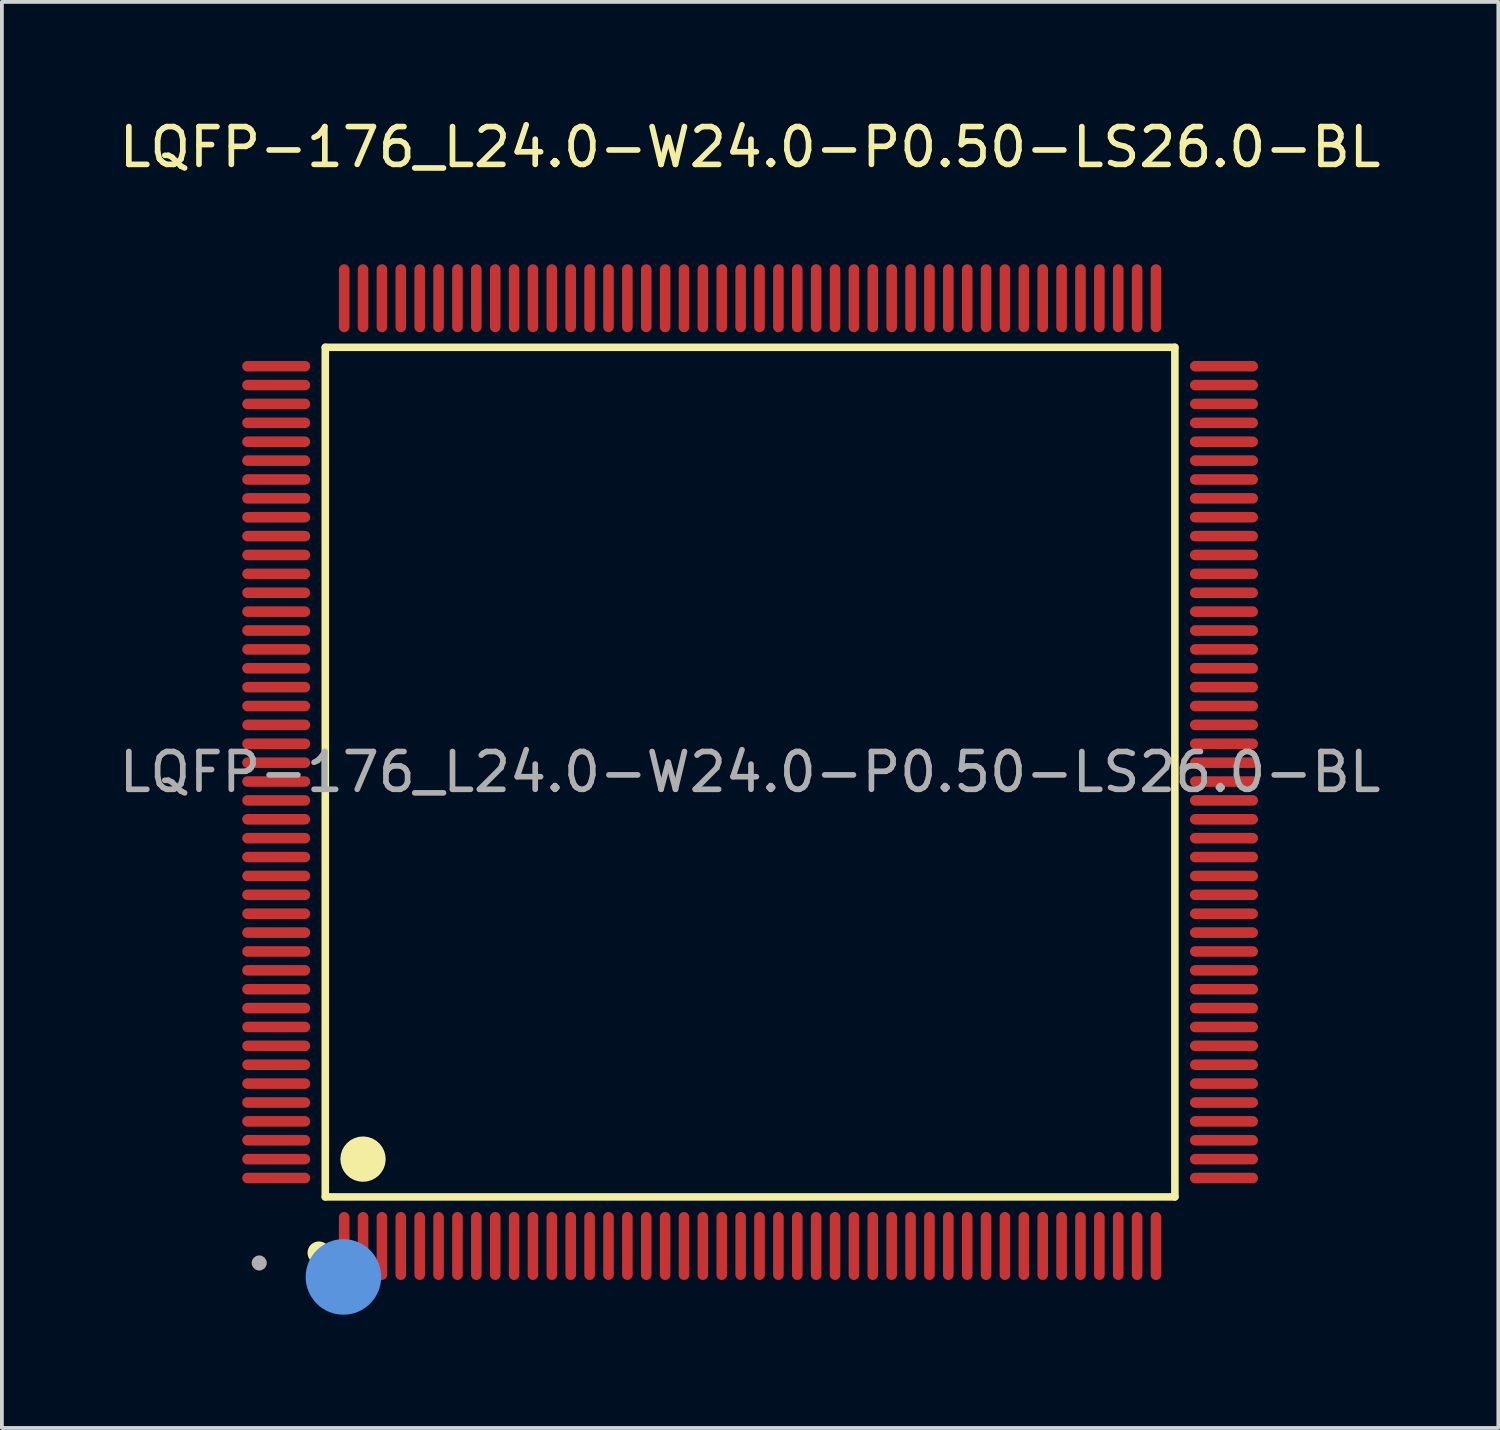
<source format=kicad_pcb>
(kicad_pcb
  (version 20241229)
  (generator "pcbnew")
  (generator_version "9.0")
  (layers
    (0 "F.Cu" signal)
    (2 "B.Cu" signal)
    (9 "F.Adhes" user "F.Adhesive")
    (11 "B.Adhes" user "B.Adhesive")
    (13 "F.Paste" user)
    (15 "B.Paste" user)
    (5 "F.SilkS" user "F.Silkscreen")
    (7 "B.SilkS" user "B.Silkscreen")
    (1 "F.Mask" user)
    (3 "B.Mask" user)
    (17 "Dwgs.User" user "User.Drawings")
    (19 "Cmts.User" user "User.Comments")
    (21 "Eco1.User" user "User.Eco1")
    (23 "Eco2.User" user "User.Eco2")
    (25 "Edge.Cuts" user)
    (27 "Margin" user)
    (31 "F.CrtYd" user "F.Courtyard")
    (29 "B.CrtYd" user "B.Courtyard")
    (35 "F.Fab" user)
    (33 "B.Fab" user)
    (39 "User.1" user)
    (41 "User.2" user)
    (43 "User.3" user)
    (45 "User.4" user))
  (footprint "LQFP-176_L24.0-W24.0-P0.50-LS26.0-BL"
    (layer "F.Cu")
    (at 16.815 17.398)
    (property "Reference" "LQFP-176_L24.0-W24.0-P0.50-LS26.0-BL" (at 0 -16.55 0) (layer "F.SilkS") (effects (font (size 1 1) (thickness 0.15))))
    (attr through_hole)
    (fp_line (start -11.25 -11.25) (end 11.25 -11.25) (stroke (width 0.2) (type solid)) (layer "F.SilkS"))
    (fp_line (start -11.25 11.25) (end -11.25 -11.25) (stroke (width 0.2) (type solid)) (layer "F.SilkS"))
    (fp_line (start 11.25 -11.25) (end 11.25 11.25) (stroke (width 0.2) (type solid)) (layer "F.SilkS"))
    (fp_line (start 11.25 11.25) (end -11.25 11.25) (stroke (width 0.2) (type solid)) (layer "F.SilkS"))
    (fp_arc (start -11.42 12.73) (mid -11.42 12.73) (end -11.42 12.73) (stroke (width 0.3) (type solid)) (layer "F.SilkS"))
    (fp_arc (start -10.24 9.95) (mid -10.254999 10.550125) (end -10.250004 9.949833) (stroke (width 0.6) (type solid)) (layer "F.SilkS"))
    (fp_circle (center -10.77 13.37) (end -10.27 13.37) (stroke (width 1) (type solid)) (fill no) (layer "Cmts.User"))
    (fp_circle (center -13 13) (end -12.9 13) (stroke (width 0.2) (type solid)) (fill no) (layer "F.Fab"))
    (fp_text user "${REFERENCE}" (at 0 0 0) (layer "F.Fab") (effects (font (size 1 1) (thickness 0.15))))
    (pad "1" smd oval (at -10.75 12.55) (size 0.28 1.8) (layers "F.Cu" "F.Mask" "F.Paste"))
    (pad "2" smd oval (at -10.25 12.55) (size 0.28 1.8) (layers "F.Cu" "F.Mask" "F.Paste"))
    (pad "3" smd oval (at -9.75 12.55) (size 0.28 1.8) (layers "F.Cu" "F.Mask" "F.Paste"))
    (pad "4" smd oval (at -9.25 12.55) (size 0.28 1.8) (layers "F.Cu" "F.Mask" "F.Paste"))
    (pad "5" smd oval (at -8.75 12.55) (size 0.28 1.8) (layers "F.Cu" "F.Mask" "F.Paste"))
    (pad "6" smd oval (at -8.25 12.55) (size 0.28 1.8) (layers "F.Cu" "F.Mask" "F.Paste"))
    (pad "7" smd oval (at -7.75 12.55) (size 0.28 1.8) (layers "F.Cu" "F.Mask" "F.Paste"))
    (pad "8" smd oval (at -7.25 12.55) (size 0.28 1.8) (layers "F.Cu" "F.Mask" "F.Paste"))
    (pad "9" smd oval (at -6.75 12.55) (size 0.28 1.8) (layers "F.Cu" "F.Mask" "F.Paste"))
    (pad "10" smd oval (at -6.25 12.55) (size 0.28 1.8) (layers "F.Cu" "F.Mask" "F.Paste"))
    (pad "11" smd oval (at -5.75 12.55) (size 0.28 1.8) (layers "F.Cu" "F.Mask" "F.Paste"))
    (pad "12" smd oval (at -5.25 12.55) (size 0.28 1.8) (layers "F.Cu" "F.Mask" "F.Paste"))
    (pad "13" smd oval (at -4.75 12.55) (size 0.28 1.8) (layers "F.Cu" "F.Mask" "F.Paste"))
    (pad "14" smd oval (at -4.25 12.55) (size 0.28 1.8) (layers "F.Cu" "F.Mask" "F.Paste"))
    (pad "15" smd oval (at -3.75 12.55) (size 0.28 1.8) (layers "F.Cu" "F.Mask" "F.Paste"))
    (pad "16" smd oval (at -3.25 12.55) (size 0.28 1.8) (layers "F.Cu" "F.Mask" "F.Paste"))
    (pad "17" smd oval (at -2.75 12.55) (size 0.28 1.8) (layers "F.Cu" "F.Mask" "F.Paste"))
    (pad "18" smd oval (at -2.25 12.55) (size 0.28 1.8) (layers "F.Cu" "F.Mask" "F.Paste"))
    (pad "19" smd oval (at -1.75 12.55) (size 0.28 1.8) (layers "F.Cu" "F.Mask" "F.Paste"))
    (pad "20" smd oval (at -1.25 12.55) (size 0.28 1.8) (layers "F.Cu" "F.Mask" "F.Paste"))
    (pad "21" smd oval (at -0.75 12.55) (size 0.28 1.8) (layers "F.Cu" "F.Mask" "F.Paste"))
    (pad "22" smd oval (at -0.25 12.55) (size 0.28 1.8) (layers "F.Cu" "F.Mask" "F.Paste"))
    (pad "23" smd oval (at 0.25 12.55) (size 0.28 1.8) (layers "F.Cu" "F.Mask" "F.Paste"))
    (pad "24" smd oval (at 0.75 12.55) (size 0.28 1.8) (layers "F.Cu" "F.Mask" "F.Paste"))
    (pad "25" smd oval (at 1.25 12.55) (size 0.28 1.8) (layers "F.Cu" "F.Mask" "F.Paste"))
    (pad "26" smd oval (at 1.75 12.55) (size 0.28 1.8) (layers "F.Cu" "F.Mask" "F.Paste"))
    (pad "27" smd oval (at 2.25 12.55) (size 0.28 1.8) (layers "F.Cu" "F.Mask" "F.Paste"))
    (pad "28" smd oval (at 2.75 12.55) (size 0.28 1.8) (layers "F.Cu" "F.Mask" "F.Paste"))
    (pad "29" smd oval (at 3.25 12.55) (size 0.28 1.8) (layers "F.Cu" "F.Mask" "F.Paste"))
    (pad "30" smd oval (at 3.75 12.55) (size 0.28 1.8) (layers "F.Cu" "F.Mask" "F.Paste"))
    (pad "31" smd oval (at 4.25 12.55) (size 0.28 1.8) (layers "F.Cu" "F.Mask" "F.Paste"))
    (pad "32" smd oval (at 4.75 12.55) (size 0.28 1.8) (layers "F.Cu" "F.Mask" "F.Paste"))
    (pad "33" smd oval (at 5.25 12.55) (size 0.28 1.8) (layers "F.Cu" "F.Mask" "F.Paste"))
    (pad "34" smd oval (at 5.75 12.55) (size 0.28 1.8) (layers "F.Cu" "F.Mask" "F.Paste"))
    (pad "35" smd oval (at 6.25 12.55) (size 0.28 1.8) (layers "F.Cu" "F.Mask" "F.Paste"))
    (pad "36" smd oval (at 6.75 12.55) (size 0.28 1.8) (layers "F.Cu" "F.Mask" "F.Paste"))
    (pad "37" smd oval (at 7.25 12.55) (size 0.28 1.8) (layers "F.Cu" "F.Mask" "F.Paste"))
    (pad "38" smd oval (at 7.75 12.55) (size 0.28 1.8) (layers "F.Cu" "F.Mask" "F.Paste"))
    (pad "39" smd oval (at 8.25 12.55) (size 0.28 1.8) (layers "F.Cu" "F.Mask" "F.Paste"))
    (pad "40" smd oval (at 8.75 12.55) (size 0.28 1.8) (layers "F.Cu" "F.Mask" "F.Paste"))
    (pad "41" smd oval (at 9.25 12.55) (size 0.28 1.8) (layers "F.Cu" "F.Mask" "F.Paste"))
    (pad "42" smd oval (at 9.75 12.55) (size 0.28 1.8) (layers "F.Cu" "F.Mask" "F.Paste"))
    (pad "43" smd oval (at 10.25 12.55) (size 0.28 1.8) (layers "F.Cu" "F.Mask" "F.Paste"))
    (pad "44" smd oval (at 10.75 12.55) (size 0.28 1.8) (layers "F.Cu" "F.Mask" "F.Paste"))
    (pad "45" smd oval (at 12.55 10.75) (size 1.8 0.28) (layers "F.Cu" "F.Mask" "F.Paste"))
    (pad "46" smd oval (at 12.55 10.25) (size 1.8 0.28) (layers "F.Cu" "F.Mask" "F.Paste"))
    (pad "47" smd oval (at 12.55 9.75) (size 1.8 0.28) (layers "F.Cu" "F.Mask" "F.Paste"))
    (pad "48" smd oval (at 12.55 9.25) (size 1.8 0.28) (layers "F.Cu" "F.Mask" "F.Paste"))
    (pad "49" smd oval (at 12.55 8.75) (size 1.8 0.28) (layers "F.Cu" "F.Mask" "F.Paste"))
    (pad "50" smd oval (at 12.55 8.25) (size 1.8 0.28) (layers "F.Cu" "F.Mask" "F.Paste"))
    (pad "51" smd oval (at 12.55 7.75) (size 1.8 0.28) (layers "F.Cu" "F.Mask" "F.Paste"))
    (pad "52" smd oval (at 12.55 7.25) (size 1.8 0.28) (layers "F.Cu" "F.Mask" "F.Paste"))
    (pad "53" smd oval (at 12.55 6.75) (size 1.8 0.28) (layers "F.Cu" "F.Mask" "F.Paste"))
    (pad "54" smd oval (at 12.55 6.25) (size 1.8 0.28) (layers "F.Cu" "F.Mask" "F.Paste"))
    (pad "55" smd oval (at 12.55 5.75) (size 1.8 0.28) (layers "F.Cu" "F.Mask" "F.Paste"))
    (pad "56" smd oval (at 12.55 5.25) (size 1.8 0.28) (layers "F.Cu" "F.Mask" "F.Paste"))
    (pad "57" smd oval (at 12.55 4.75) (size 1.8 0.28) (layers "F.Cu" "F.Mask" "F.Paste"))
    (pad "58" smd oval (at 12.55 4.25) (size 1.8 0.28) (layers "F.Cu" "F.Mask" "F.Paste"))
    (pad "59" smd oval (at 12.55 3.75) (size 1.8 0.28) (layers "F.Cu" "F.Mask" "F.Paste"))
    (pad "60" smd oval (at 12.55 3.25) (size 1.8 0.28) (layers "F.Cu" "F.Mask" "F.Paste"))
    (pad "61" smd oval (at 12.55 2.75) (size 1.8 0.28) (layers "F.Cu" "F.Mask" "F.Paste"))
    (pad "62" smd oval (at 12.55 2.25) (size 1.8 0.28) (layers "F.Cu" "F.Mask" "F.Paste"))
    (pad "63" smd oval (at 12.55 1.75) (size 1.8 0.28) (layers "F.Cu" "F.Mask" "F.Paste"))
    (pad "64" smd oval (at 12.55 1.25) (size 1.8 0.28) (layers "F.Cu" "F.Mask" "F.Paste"))
    (pad "65" smd oval (at 12.55 0.75) (size 1.8 0.28) (layers "F.Cu" "F.Mask" "F.Paste"))
    (pad "66" smd oval (at 12.55 0.25) (size 1.8 0.28) (layers "F.Cu" "F.Mask" "F.Paste"))
    (pad "67" smd oval (at 12.55 -0.25) (size 1.8 0.28) (layers "F.Cu" "F.Mask" "F.Paste"))
    (pad "68" smd oval (at 12.55 -0.75) (size 1.8 0.28) (layers "F.Cu" "F.Mask" "F.Paste"))
    (pad "69" smd oval (at 12.55 -1.25) (size 1.8 0.28) (layers "F.Cu" "F.Mask" "F.Paste"))
    (pad "70" smd oval (at 12.55 -1.75) (size 1.8 0.28) (layers "F.Cu" "F.Mask" "F.Paste"))
    (pad "71" smd oval (at 12.55 -2.25) (size 1.8 0.28) (layers "F.Cu" "F.Mask" "F.Paste"))
    (pad "72" smd oval (at 12.55 -2.75) (size 1.8 0.28) (layers "F.Cu" "F.Mask" "F.Paste"))
    (pad "73" smd oval (at 12.55 -3.25) (size 1.8 0.28) (layers "F.Cu" "F.Mask" "F.Paste"))
    (pad "74" smd oval (at 12.55 -3.75) (size 1.8 0.28) (layers "F.Cu" "F.Mask" "F.Paste"))
    (pad "75" smd oval (at 12.55 -4.25) (size 1.8 0.28) (layers "F.Cu" "F.Mask" "F.Paste"))
    (pad "76" smd oval (at 12.55 -4.75) (size 1.8 0.28) (layers "F.Cu" "F.Mask" "F.Paste"))
    (pad "77" smd oval (at 12.55 -5.25) (size 1.8 0.28) (layers "F.Cu" "F.Mask" "F.Paste"))
    (pad "78" smd oval (at 12.55 -5.75) (size 1.8 0.28) (layers "F.Cu" "F.Mask" "F.Paste"))
    (pad "79" smd oval (at 12.55 -6.25) (size 1.8 0.28) (layers "F.Cu" "F.Mask" "F.Paste"))
    (pad "80" smd oval (at 12.55 -6.75) (size 1.8 0.28) (layers "F.Cu" "F.Mask" "F.Paste"))
    (pad "81" smd oval (at 12.55 -7.25) (size 1.8 0.28) (layers "F.Cu" "F.Mask" "F.Paste"))
    (pad "82" smd oval (at 12.55 -7.75) (size 1.8 0.28) (layers "F.Cu" "F.Mask" "F.Paste"))
    (pad "83" smd oval (at 12.55 -8.25) (size 1.8 0.28) (layers "F.Cu" "F.Mask" "F.Paste"))
    (pad "84" smd oval (at 12.55 -8.75) (size 1.8 0.28) (layers "F.Cu" "F.Mask" "F.Paste"))
    (pad "85" smd oval (at 12.55 -9.25) (size 1.8 0.28) (layers "F.Cu" "F.Mask" "F.Paste"))
    (pad "86" smd oval (at 12.55 -9.75) (size 1.8 0.28) (layers "F.Cu" "F.Mask" "F.Paste"))
    (pad "87" smd oval (at 12.55 -10.25) (size 1.8 0.28) (layers "F.Cu" "F.Mask" "F.Paste"))
    (pad "88" smd oval (at 12.55 -10.75) (size 1.8 0.28) (layers "F.Cu" "F.Mask" "F.Paste"))
    (pad "89" smd oval (at 10.75 -12.55) (size 0.28 1.8) (layers "F.Cu" "F.Mask" "F.Paste"))
    (pad "90" smd oval (at 10.25 -12.55) (size 0.28 1.8) (layers "F.Cu" "F.Mask" "F.Paste"))
    (pad "91" smd oval (at 9.75 -12.55) (size 0.28 1.8) (layers "F.Cu" "F.Mask" "F.Paste"))
    (pad "92" smd oval (at 9.25 -12.55) (size 0.28 1.8) (layers "F.Cu" "F.Mask" "F.Paste"))
    (pad "93" smd oval (at 8.75 -12.55) (size 0.28 1.8) (layers "F.Cu" "F.Mask" "F.Paste"))
    (pad "94" smd oval (at 8.25 -12.55) (size 0.28 1.8) (layers "F.Cu" "F.Mask" "F.Paste"))
    (pad "95" smd oval (at 7.75 -12.55) (size 0.28 1.8) (layers "F.Cu" "F.Mask" "F.Paste"))
    (pad "96" smd oval (at 7.25 -12.55) (size 0.28 1.8) (layers "F.Cu" "F.Mask" "F.Paste"))
    (pad "97" smd oval (at 6.75 -12.55) (size 0.28 1.8) (layers "F.Cu" "F.Mask" "F.Paste"))
    (pad "98" smd oval (at 6.25 -12.55) (size 0.28 1.8) (layers "F.Cu" "F.Mask" "F.Paste"))
    (pad "99" smd oval (at 5.75 -12.55) (size 0.28 1.8) (layers "F.Cu" "F.Mask" "F.Paste"))
    (pad "100" smd oval (at 5.25 -12.55) (size 0.28 1.8) (layers "F.Cu" "F.Mask" "F.Paste"))
    (pad "101" smd oval (at 4.75 -12.55) (size 0.28 1.8) (layers "F.Cu" "F.Mask" "F.Paste"))
    (pad "102" smd oval (at 4.25 -12.55) (size 0.28 1.8) (layers "F.Cu" "F.Mask" "F.Paste"))
    (pad "103" smd oval (at 3.75 -12.55) (size 0.28 1.8) (layers "F.Cu" "F.Mask" "F.Paste"))
    (pad "104" smd oval (at 3.25 -12.55) (size 0.28 1.8) (layers "F.Cu" "F.Mask" "F.Paste"))
    (pad "105" smd oval (at 2.75 -12.55) (size 0.28 1.8) (layers "F.Cu" "F.Mask" "F.Paste"))
    (pad "106" smd oval (at 2.25 -12.55) (size 0.28 1.8) (layers "F.Cu" "F.Mask" "F.Paste"))
    (pad "107" smd oval (at 1.75 -12.55) (size 0.28 1.8) (layers "F.Cu" "F.Mask" "F.Paste"))
    (pad "108" smd oval (at 1.25 -12.55) (size 0.28 1.8) (layers "F.Cu" "F.Mask" "F.Paste"))
    (pad "109" smd oval (at 0.75 -12.55) (size 0.28 1.8) (layers "F.Cu" "F.Mask" "F.Paste"))
    (pad "110" smd oval (at 0.25 -12.55) (size 0.28 1.8) (layers "F.Cu" "F.Mask" "F.Paste"))
    (pad "111" smd oval (at -0.25 -12.55) (size 0.28 1.8) (layers "F.Cu" "F.Mask" "F.Paste"))
    (pad "112" smd oval (at -0.75 -12.55) (size 0.28 1.8) (layers "F.Cu" "F.Mask" "F.Paste"))
    (pad "113" smd oval (at -1.25 -12.55) (size 0.28 1.8) (layers "F.Cu" "F.Mask" "F.Paste"))
    (pad "114" smd oval (at -1.75 -12.55) (size 0.28 1.8) (layers "F.Cu" "F.Mask" "F.Paste"))
    (pad "115" smd oval (at -2.25 -12.55) (size 0.28 1.8) (layers "F.Cu" "F.Mask" "F.Paste"))
    (pad "116" smd oval (at -2.75 -12.55) (size 0.28 1.8) (layers "F.Cu" "F.Mask" "F.Paste"))
    (pad "117" smd oval (at -3.25 -12.55) (size 0.28 1.8) (layers "F.Cu" "F.Mask" "F.Paste"))
    (pad "118" smd oval (at -3.75 -12.55) (size 0.28 1.8) (layers "F.Cu" "F.Mask" "F.Paste"))
    (pad "119" smd oval (at -4.25 -12.55) (size 0.28 1.8) (layers "F.Cu" "F.Mask" "F.Paste"))
    (pad "120" smd oval (at -4.75 -12.55) (size 0.28 1.8) (layers "F.Cu" "F.Mask" "F.Paste"))
    (pad "121" smd oval (at -5.25 -12.55) (size 0.28 1.8) (layers "F.Cu" "F.Mask" "F.Paste"))
    (pad "122" smd oval (at -5.75 -12.55) (size 0.28 1.8) (layers "F.Cu" "F.Mask" "F.Paste"))
    (pad "123" smd oval (at -6.25 -12.55) (size 0.28 1.8) (layers "F.Cu" "F.Mask" "F.Paste"))
    (pad "124" smd oval (at -6.75 -12.55) (size 0.28 1.8) (layers "F.Cu" "F.Mask" "F.Paste"))
    (pad "125" smd oval (at -7.25 -12.55) (size 0.28 1.8) (layers "F.Cu" "F.Mask" "F.Paste"))
    (pad "126" smd oval (at -7.75 -12.55) (size 0.28 1.8) (layers "F.Cu" "F.Mask" "F.Paste"))
    (pad "127" smd oval (at -8.25 -12.55) (size 0.28 1.8) (layers "F.Cu" "F.Mask" "F.Paste"))
    (pad "128" smd oval (at -8.75 -12.55) (size 0.28 1.8) (layers "F.Cu" "F.Mask" "F.Paste"))
    (pad "129" smd oval (at -9.25 -12.55) (size 0.28 1.8) (layers "F.Cu" "F.Mask" "F.Paste"))
    (pad "130" smd oval (at -9.75 -12.55) (size 0.28 1.8) (layers "F.Cu" "F.Mask" "F.Paste"))
    (pad "131" smd oval (at -10.25 -12.55) (size 0.28 1.8) (layers "F.Cu" "F.Mask" "F.Paste"))
    (pad "132" smd oval (at -10.75 -12.55) (size 0.28 1.8) (layers "F.Cu" "F.Mask" "F.Paste"))
    (pad "133" smd oval (at -12.55 -10.75) (size 1.8 0.28) (layers "F.Cu" "F.Mask" "F.Paste"))
    (pad "134" smd oval (at -12.55 -10.25) (size 1.8 0.28) (layers "F.Cu" "F.Mask" "F.Paste"))
    (pad "135" smd oval (at -12.55 -9.75) (size 1.8 0.28) (layers "F.Cu" "F.Mask" "F.Paste"))
    (pad "136" smd oval (at -12.55 -9.25) (size 1.8 0.28) (layers "F.Cu" "F.Mask" "F.Paste"))
    (pad "137" smd oval (at -12.55 -8.75) (size 1.8 0.28) (layers "F.Cu" "F.Mask" "F.Paste"))
    (pad "138" smd oval (at -12.55 -8.25) (size 1.8 0.28) (layers "F.Cu" "F.Mask" "F.Paste"))
    (pad "139" smd oval (at -12.55 -7.75) (size 1.8 0.28) (layers "F.Cu" "F.Mask" "F.Paste"))
    (pad "140" smd oval (at -12.55 -7.25) (size 1.8 0.28) (layers "F.Cu" "F.Mask" "F.Paste"))
    (pad "141" smd oval (at -12.55 -6.75) (size 1.8 0.28) (layers "F.Cu" "F.Mask" "F.Paste"))
    (pad "142" smd oval (at -12.55 -6.25) (size 1.8 0.28) (layers "F.Cu" "F.Mask" "F.Paste"))
    (pad "143" smd oval (at -12.55 -5.75) (size 1.8 0.28) (layers "F.Cu" "F.Mask" "F.Paste"))
    (pad "144" smd oval (at -12.55 -5.25) (size 1.8 0.28) (layers "F.Cu" "F.Mask" "F.Paste"))
    (pad "145" smd oval (at -12.55 -4.75) (size 1.8 0.28) (layers "F.Cu" "F.Mask" "F.Paste"))
    (pad "146" smd oval (at -12.55 -4.25) (size 1.8 0.28) (layers "F.Cu" "F.Mask" "F.Paste"))
    (pad "147" smd oval (at -12.55 -3.75) (size 1.8 0.28) (layers "F.Cu" "F.Mask" "F.Paste"))
    (pad "148" smd oval (at -12.55 -3.25) (size 1.8 0.28) (layers "F.Cu" "F.Mask" "F.Paste"))
    (pad "149" smd oval (at -12.55 -2.75) (size 1.8 0.28) (layers "F.Cu" "F.Mask" "F.Paste"))
    (pad "150" smd oval (at -12.55 -2.25) (size 1.8 0.28) (layers "F.Cu" "F.Mask" "F.Paste"))
    (pad "151" smd oval (at -12.55 -1.75) (size 1.8 0.28) (layers "F.Cu" "F.Mask" "F.Paste"))
    (pad "152" smd oval (at -12.55 -1.25) (size 1.8 0.28) (layers "F.Cu" "F.Mask" "F.Paste"))
    (pad "153" smd oval (at -12.55 -0.75) (size 1.8 0.28) (layers "F.Cu" "F.Mask" "F.Paste"))
    (pad "154" smd oval (at -12.55 -0.25) (size 1.8 0.28) (layers "F.Cu" "F.Mask" "F.Paste"))
    (pad "155" smd oval (at -12.55 0.25) (size 1.8 0.28) (layers "F.Cu" "F.Mask" "F.Paste"))
    (pad "156" smd oval (at -12.55 0.75) (size 1.8 0.28) (layers "F.Cu" "F.Mask" "F.Paste"))
    (pad "157" smd oval (at -12.55 1.25) (size 1.8 0.28) (layers "F.Cu" "F.Mask" "F.Paste"))
    (pad "158" smd oval (at -12.55 1.75) (size 1.8 0.28) (layers "F.Cu" "F.Mask" "F.Paste"))
    (pad "159" smd oval (at -12.55 2.25) (size 1.8 0.28) (layers "F.Cu" "F.Mask" "F.Paste"))
    (pad "160" smd oval (at -12.55 2.75) (size 1.8 0.28) (layers "F.Cu" "F.Mask" "F.Paste"))
    (pad "161" smd oval (at -12.55 3.25) (size 1.8 0.28) (layers "F.Cu" "F.Mask" "F.Paste"))
    (pad "162" smd oval (at -12.55 3.75) (size 1.8 0.28) (layers "F.Cu" "F.Mask" "F.Paste"))
    (pad "163" smd oval (at -12.55 4.25) (size 1.8 0.28) (layers "F.Cu" "F.Mask" "F.Paste"))
    (pad "164" smd oval (at -12.55 4.75) (size 1.8 0.28) (layers "F.Cu" "F.Mask" "F.Paste"))
    (pad "165" smd oval (at -12.55 5.25) (size 1.8 0.28) (layers "F.Cu" "F.Mask" "F.Paste"))
    (pad "166" smd oval (at -12.55 5.75) (size 1.8 0.28) (layers "F.Cu" "F.Mask" "F.Paste"))
    (pad "167" smd oval (at -12.55 6.25) (size 1.8 0.28) (layers "F.Cu" "F.Mask" "F.Paste"))
    (pad "168" smd oval (at -12.55 6.75) (size 1.8 0.28) (layers "F.Cu" "F.Mask" "F.Paste"))
    (pad "169" smd oval (at -12.55 7.25) (size 1.8 0.28) (layers "F.Cu" "F.Mask" "F.Paste"))
    (pad "170" smd oval (at -12.55 7.75) (size 1.8 0.28) (layers "F.Cu" "F.Mask" "F.Paste"))
    (pad "171" smd oval (at -12.55 8.25) (size 1.8 0.28) (layers "F.Cu" "F.Mask" "F.Paste"))
    (pad "172" smd oval (at -12.55 8.75) (size 1.8 0.28) (layers "F.Cu" "F.Mask" "F.Paste"))
    (pad "173" smd oval (at -12.55 9.25) (size 1.8 0.28) (layers "F.Cu" "F.Mask" "F.Paste"))
    (pad "174" smd oval (at -12.55 9.75) (size 1.8 0.28) (layers "F.Cu" "F.Mask" "F.Paste"))
    (pad "175" smd oval (at -12.55 10.25) (size 1.8 0.28) (layers "F.Cu" "F.Mask" "F.Paste"))
    (pad "176" smd oval (at -12.55 10.75) (size 1.8 0.28) (layers "F.Cu" "F.Mask" "F.Paste")))
  (gr_rect
    (start -3 -3)
    (end 36.631 34.768)
    (stroke (width 0.1) (type default))
    (fill no)
    (layer "Edge.Cuts")))
</source>
